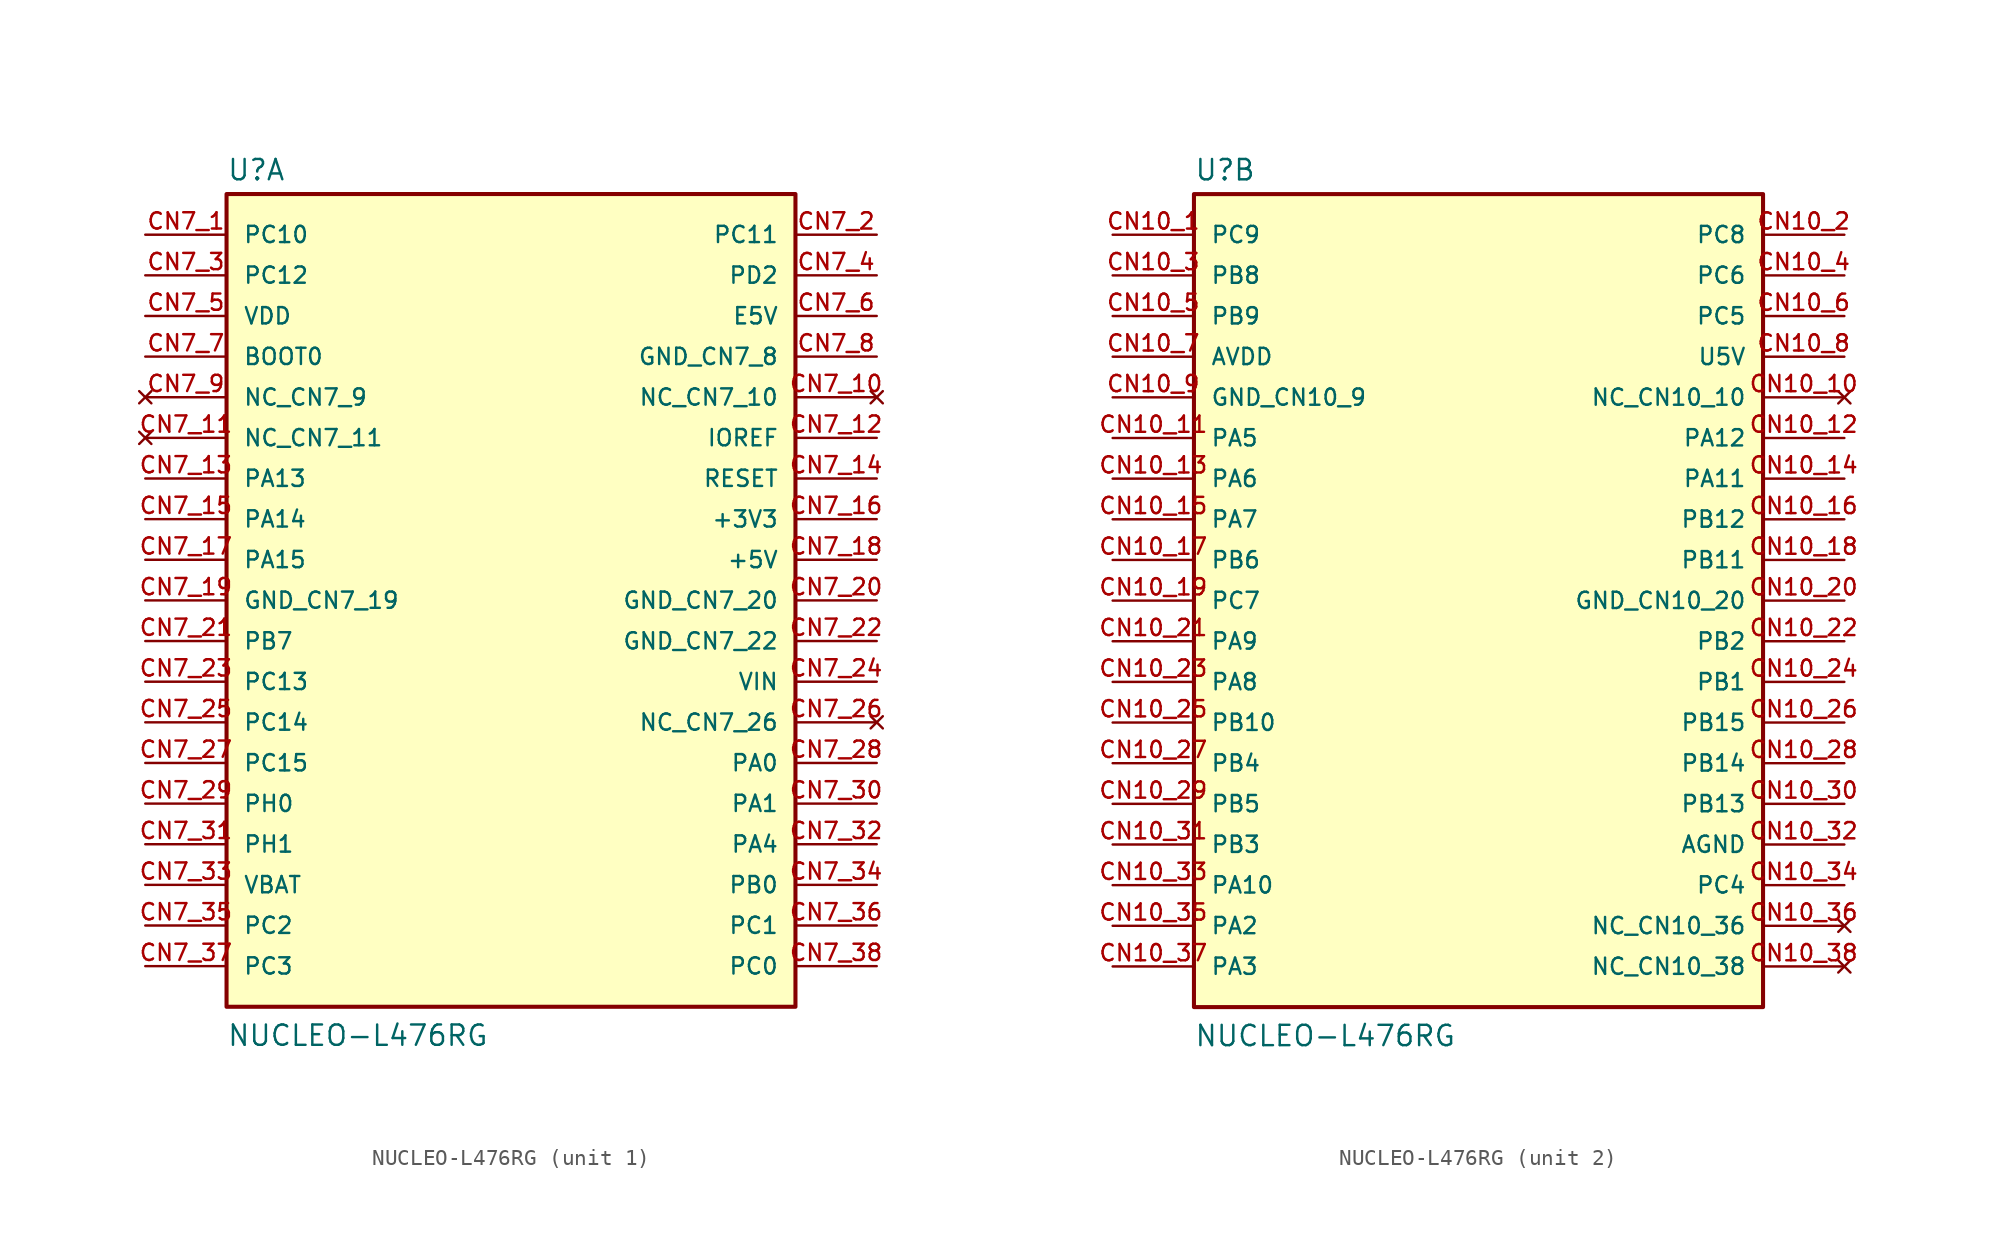
<source format=kicad_sym>
(kicad_symbol_lib
  (version 20241209)
  (generator "kicad_symbol_editor")
  (generator_version "9.0")
  (symbol "NUCLEO-L476RG"
    (pin_names
      (offset 1.016))
    (property "Reference" "U"
      (at -17.78 26.162 0)
      (effects (font (size 1.27 1.27)) (justify left bottom)))
    (property "Value" "NUCLEO-L476RG"
      (at -17.78 -27.94 0)
      (effects (font (size 1.27 1.27)) (justify left bottom)))
    (symbol "NUCLEO-L476RG_1_0"
      (rectangle (start -17.78 -25.4) (end 17.78 25.4) (stroke (width 0.254) (type default)) (fill (type background)))
      (pin bidirectional line (at -22.86 22.86 0) (length 5.08) (name "PC10" (effects (font (size 1.016 1.016)))) (number "CN7_1" (effects (font (size 1.016 1.016)))))
      (pin bidirectional line (at -22.86 20.32 0) (length 5.08) (name "PC12" (effects (font (size 1.016 1.016)))) (number "CN7_3" (effects (font (size 1.016 1.016)))))
      (pin power_in line (at -22.86 17.78 0) (length 5.08) (name "VDD" (effects (font (size 1.016 1.016)))) (number "CN7_5" (effects (font (size 1.016 1.016)))))
      (pin input line (at -22.86 15.24 0) (length 5.08) (name "BOOT0" (effects (font (size 1.016 1.016)))) (number "CN7_7" (effects (font (size 1.016 1.016)))))
      (pin no_connect line (at -22.86 12.7 0) (length 5.08) (name "NC_CN7_9" (effects (font (size 1.016 1.016)))) (number "CN7_9" (effects (font (size 1.016 1.016)))))
      (pin no_connect line (at -22.86 10.16 0) (length 5.08) (name "NC_CN7_11" (effects (font (size 1.016 1.016)))) (number "CN7_11" (effects (font (size 1.016 1.016)))))
      (pin bidirectional line (at -22.86 7.62 0) (length 5.08) (name "PA13" (effects (font (size 1.016 1.016)))) (number "CN7_13" (effects (font (size 1.016 1.016)))))
      (pin bidirectional line (at -22.86 5.08 0) (length 5.08) (name "PA14" (effects (font (size 1.016 1.016)))) (number "CN7_15" (effects (font (size 1.016 1.016)))))
      (pin bidirectional line (at -22.86 2.54 0) (length 5.08) (name "PA15" (effects (font (size 1.016 1.016)))) (number "CN7_17" (effects (font (size 1.016 1.016)))))
      (pin power_in line (at -22.86 0 0) (length 5.08) (name "GND_CN7_19" (effects (font (size 1.016 1.016)))) (number "CN7_19" (effects (font (size 1.016 1.016)))))
      (pin bidirectional line (at -22.86 -2.54 0) (length 5.08) (name "PB7" (effects (font (size 1.016 1.016)))) (number "CN7_21" (effects (font (size 1.016 1.016)))))
      (pin bidirectional line (at -22.86 -5.08 0) (length 5.08) (name "PC13" (effects (font (size 1.016 1.016)))) (number "CN7_23" (effects (font (size 1.016 1.016)))))
      (pin bidirectional line (at -22.86 -7.62 0) (length 5.08) (name "PC14" (effects (font (size 1.016 1.016)))) (number "CN7_25" (effects (font (size 1.016 1.016)))))
      (pin bidirectional line (at -22.86 -10.16 0) (length 5.08) (name "PC15" (effects (font (size 1.016 1.016)))) (number "CN7_27" (effects (font (size 1.016 1.016)))))
      (pin bidirectional line (at -22.86 -12.7 0) (length 5.08) (name "PH0" (effects (font (size 1.016 1.016)))) (number "CN7_29" (effects (font (size 1.016 1.016)))))
      (pin bidirectional line (at -22.86 -15.24 0) (length 5.08) (name "PH1" (effects (font (size 1.016 1.016)))) (number "CN7_31" (effects (font (size 1.016 1.016)))))
      (pin power_in line (at -22.86 -17.78 0) (length 5.08) (name "VBAT" (effects (font (size 1.016 1.016)))) (number "CN7_33" (effects (font (size 1.016 1.016)))))
      (pin bidirectional line (at -22.86 -20.32 0) (length 5.08) (name "PC2" (effects (font (size 1.016 1.016)))) (number "CN7_35" (effects (font (size 1.016 1.016)))))
      (pin bidirectional line (at -22.86 -22.86 0) (length 5.08) (name "PC3" (effects (font (size 1.016 1.016)))) (number "CN7_37" (effects (font (size 1.016 1.016)))))
      (pin bidirectional line (at 22.86 22.86 180) (length 5.08) (name "PC11" (effects (font (size 1.016 1.016)))) (number "CN7_2" (effects (font (size 1.016 1.016)))))
      (pin bidirectional line (at 22.86 20.32 180) (length 5.08) (name "PD2" (effects (font (size 1.016 1.016)))) (number "CN7_4" (effects (font (size 1.016 1.016)))))
      (pin power_in line (at 22.86 17.78 180) (length 5.08) (name "E5V" (effects (font (size 1.016 1.016)))) (number "CN7_6" (effects (font (size 1.016 1.016)))))
      (pin power_in line (at 22.86 15.24 180) (length 5.08) (name "GND_CN7_8" (effects (font (size 1.016 1.016)))) (number "CN7_8" (effects (font (size 1.016 1.016)))))
      (pin no_connect line (at 22.86 12.7 180) (length 5.08) (name "NC_CN7_10" (effects (font (size 1.016 1.016)))) (number "CN7_10" (effects (font (size 1.016 1.016)))))
      (pin input line (at 22.86 10.16 180) (length 5.08) (name "IOREF" (effects (font (size 1.016 1.016)))) (number "CN7_12" (effects (font (size 1.016 1.016)))))
      (pin input line (at 22.86 7.62 180) (length 5.08) (name "RESET" (effects (font (size 1.016 1.016)))) (number "CN7_14" (effects (font (size 1.016 1.016)))))
      (pin power_in line (at 22.86 5.08 180) (length 5.08) (name "+3V3" (effects (font (size 1.016 1.016)))) (number "CN7_16" (effects (font (size 1.016 1.016)))))
      (pin power_in line (at 22.86 2.54 180) (length 5.08) (name "+5V" (effects (font (size 1.016 1.016)))) (number "CN7_18" (effects (font (size 1.016 1.016)))))
      (pin power_in line (at 22.86 0 180) (length 5.08) (name "GND_CN7_20" (effects (font (size 1.016 1.016)))) (number "CN7_20" (effects (font (size 1.016 1.016)))))
      (pin power_in line (at 22.86 -2.54 180) (length 5.08) (name "GND_CN7_22" (effects (font (size 1.016 1.016)))) (number "CN7_22" (effects (font (size 1.016 1.016)))))
      (pin power_in line (at 22.86 -5.08 180) (length 5.08) (name "VIN" (effects (font (size 1.016 1.016)))) (number "CN7_24" (effects (font (size 1.016 1.016)))))
      (pin no_connect line (at 22.86 -7.62 180) (length 5.08) (name "NC_CN7_26" (effects (font (size 1.016 1.016)))) (number "CN7_26" (effects (font (size 1.016 1.016)))))
      (pin bidirectional line (at 22.86 -10.16 180) (length 5.08) (name "PA0" (effects (font (size 1.016 1.016)))) (number "CN7_28" (effects (font (size 1.016 1.016)))))
      (pin bidirectional line (at 22.86 -12.7 180) (length 5.08) (name "PA1" (effects (font (size 1.016 1.016)))) (number "CN7_30" (effects (font (size 1.016 1.016)))))
      (pin bidirectional line (at 22.86 -15.24 180) (length 5.08) (name "PA4" (effects (font (size 1.016 1.016)))) (number "CN7_32" (effects (font (size 1.016 1.016)))))
      (pin bidirectional line (at 22.86 -17.78 180) (length 5.08) (name "PB0" (effects (font (size 1.016 1.016)))) (number "CN7_34" (effects (font (size 1.016 1.016)))))
      (pin bidirectional line (at 22.86 -20.32 180) (length 5.08) (name "PC1" (effects (font (size 1.016 1.016)))) (number "CN7_36" (effects (font (size 1.016 1.016)))))
      (pin bidirectional line (at 22.86 -22.86 180) (length 5.08) (name "PC0" (effects (font (size 1.016 1.016)))) (number "CN7_38" (effects (font (size 1.016 1.016))))))
    (symbol "NUCLEO-L476RG_2_0"
      (rectangle (start -17.78 -25.4) (end 17.78 25.4) (stroke (width 0.254) (type default)) (fill (type background)))
      (pin bidirectional line (at -22.86 22.86 0) (length 5.08) (name "PC9" (effects (font (size 1.016 1.016)))) (number "CN10_1" (effects (font (size 1.016 1.016)))))
      (pin bidirectional line (at -22.86 20.32 0) (length 5.08) (name "PB8" (effects (font (size 1.016 1.016)))) (number "CN10_3" (effects (font (size 1.016 1.016)))))
      (pin bidirectional line (at -22.86 17.78 0) (length 5.08) (name "PB9" (effects (font (size 1.016 1.016)))) (number "CN10_5" (effects (font (size 1.016 1.016)))))
      (pin power_in line (at -22.86 15.24 0) (length 5.08) (name "AVDD" (effects (font (size 1.016 1.016)))) (number "CN10_7" (effects (font (size 1.016 1.016)))))
      (pin power_in line (at -22.86 12.7 0) (length 5.08) (name "GND_CN10_9" (effects (font (size 1.016 1.016)))) (number "CN10_9" (effects (font (size 1.016 1.016)))))
      (pin bidirectional line (at -22.86 10.16 0) (length 5.08) (name "PA5" (effects (font (size 1.016 1.016)))) (number "CN10_11" (effects (font (size 1.016 1.016)))))
      (pin bidirectional line (at -22.86 7.62 0) (length 5.08) (name "PA6" (effects (font (size 1.016 1.016)))) (number "CN10_13" (effects (font (size 1.016 1.016)))))
      (pin bidirectional line (at -22.86 5.08 0) (length 5.08) (name "PA7" (effects (font (size 1.016 1.016)))) (number "CN10_15" (effects (font (size 1.016 1.016)))))
      (pin bidirectional line (at -22.86 2.54 0) (length 5.08) (name "PB6" (effects (font (size 1.016 1.016)))) (number "CN10_17" (effects (font (size 1.016 1.016)))))
      (pin bidirectional line (at -22.86 0 0) (length 5.08) (name "PC7" (effects (font (size 1.016 1.016)))) (number "CN10_19" (effects (font (size 1.016 1.016)))))
      (pin bidirectional line (at -22.86 -2.54 0) (length 5.08) (name "PA9" (effects (font (size 1.016 1.016)))) (number "CN10_21" (effects (font (size 1.016 1.016)))))
      (pin bidirectional line (at -22.86 -5.08 0) (length 5.08) (name "PA8" (effects (font (size 1.016 1.016)))) (number "CN10_23" (effects (font (size 1.016 1.016)))))
      (pin bidirectional line (at -22.86 -7.62 0) (length 5.08) (name "PB10" (effects (font (size 1.016 1.016)))) (number "CN10_25" (effects (font (size 1.016 1.016)))))
      (pin bidirectional line (at -22.86 -10.16 0) (length 5.08) (name "PB4" (effects (font (size 1.016 1.016)))) (number "CN10_27" (effects (font (size 1.016 1.016)))))
      (pin bidirectional line (at -22.86 -12.7 0) (length 5.08) (name "PB5" (effects (font (size 1.016 1.016)))) (number "CN10_29" (effects (font (size 1.016 1.016)))))
      (pin bidirectional line (at -22.86 -15.24 0) (length 5.08) (name "PB3" (effects (font (size 1.016 1.016)))) (number "CN10_31" (effects (font (size 1.016 1.016)))))
      (pin bidirectional line (at -22.86 -17.78 0) (length 5.08) (name "PA10" (effects (font (size 1.016 1.016)))) (number "CN10_33" (effects (font (size 1.016 1.016)))))
      (pin bidirectional line (at -22.86 -20.32 0) (length 5.08) (name "PA2" (effects (font (size 1.016 1.016)))) (number "CN10_35" (effects (font (size 1.016 1.016)))))
      (pin bidirectional line (at -22.86 -22.86 0) (length 5.08) (name "PA3" (effects (font (size 1.016 1.016)))) (number "CN10_37" (effects (font (size 1.016 1.016)))))
      (pin bidirectional line (at 22.86 22.86 180) (length 5.08) (name "PC8" (effects (font (size 1.016 1.016)))) (number "CN10_2" (effects (font (size 1.016 1.016)))))
      (pin bidirectional line (at 22.86 20.32 180) (length 5.08) (name "PC6" (effects (font (size 1.016 1.016)))) (number "CN10_4" (effects (font (size 1.016 1.016)))))
      (pin bidirectional line (at 22.86 17.78 180) (length 5.08) (name "PC5" (effects (font (size 1.016 1.016)))) (number "CN10_6" (effects (font (size 1.016 1.016)))))
      (pin power_in line (at 22.86 15.24 180) (length 5.08) (name "U5V" (effects (font (size 1.016 1.016)))) (number "CN10_8" (effects (font (size 1.016 1.016)))))
      (pin no_connect line (at 22.86 12.7 180) (length 5.08) (name "NC_CN10_10" (effects (font (size 1.016 1.016)))) (number "CN10_10" (effects (font (size 1.016 1.016)))))
      (pin bidirectional line (at 22.86 10.16 180) (length 5.08) (name "PA12" (effects (font (size 1.016 1.016)))) (number "CN10_12" (effects (font (size 1.016 1.016)))))
      (pin bidirectional line (at 22.86 7.62 180) (length 5.08) (name "PA11" (effects (font (size 1.016 1.016)))) (number "CN10_14" (effects (font (size 1.016 1.016)))))
      (pin bidirectional line (at 22.86 5.08 180) (length 5.08) (name "PB12" (effects (font (size 1.016 1.016)))) (number "CN10_16" (effects (font (size 1.016 1.016)))))
      (pin bidirectional line (at 22.86 2.54 180) (length 5.08) (name "PB11" (effects (font (size 1.016 1.016)))) (number "CN10_18" (effects (font (size 1.016 1.016)))))
      (pin power_in line (at 22.86 0 180) (length 5.08) (name "GND_CN10_20" (effects (font (size 1.016 1.016)))) (number "CN10_20" (effects (font (size 1.016 1.016)))))
      (pin bidirectional line (at 22.86 -2.54 180) (length 5.08) (name "PB2" (effects (font (size 1.016 1.016)))) (number "CN10_22" (effects (font (size 1.016 1.016)))))
      (pin bidirectional line (at 22.86 -5.08 180) (length 5.08) (name "PB1" (effects (font (size 1.016 1.016)))) (number "CN10_24" (effects (font (size 1.016 1.016)))))
      (pin bidirectional line (at 22.86 -7.62 180) (length 5.08) (name "PB15" (effects (font (size 1.016 1.016)))) (number "CN10_26" (effects (font (size 1.016 1.016)))))
      (pin bidirectional line (at 22.86 -10.16 180) (length 5.08) (name "PB14" (effects (font (size 1.016 1.016)))) (number "CN10_28" (effects (font (size 1.016 1.016)))))
      (pin bidirectional line (at 22.86 -12.7 180) (length 5.08) (name "PB13" (effects (font (size 1.016 1.016)))) (number "CN10_30" (effects (font (size 1.016 1.016)))))
      (pin power_in line (at 22.86 -15.24 180) (length 5.08) (name "AGND" (effects (font (size 1.016 1.016)))) (number "CN10_32" (effects (font (size 1.016 1.016)))))
      (pin bidirectional line (at 22.86 -17.78 180) (length 5.08) (name "PC4" (effects (font (size 1.016 1.016)))) (number "CN10_34" (effects (font (size 1.016 1.016)))))
      (pin no_connect line (at 22.86 -20.32 180) (length 5.08) (name "NC_CN10_36" (effects (font (size 1.016 1.016)))) (number "CN10_36" (effects (font (size 1.016 1.016)))))
      (pin no_connect line (at 22.86 -22.86 180) (length 5.08) (name "NC_CN10_38" (effects (font (size 1.016 1.016)))) (number "CN10_38" (effects (font (size 1.016 1.016))))))))
</source>
